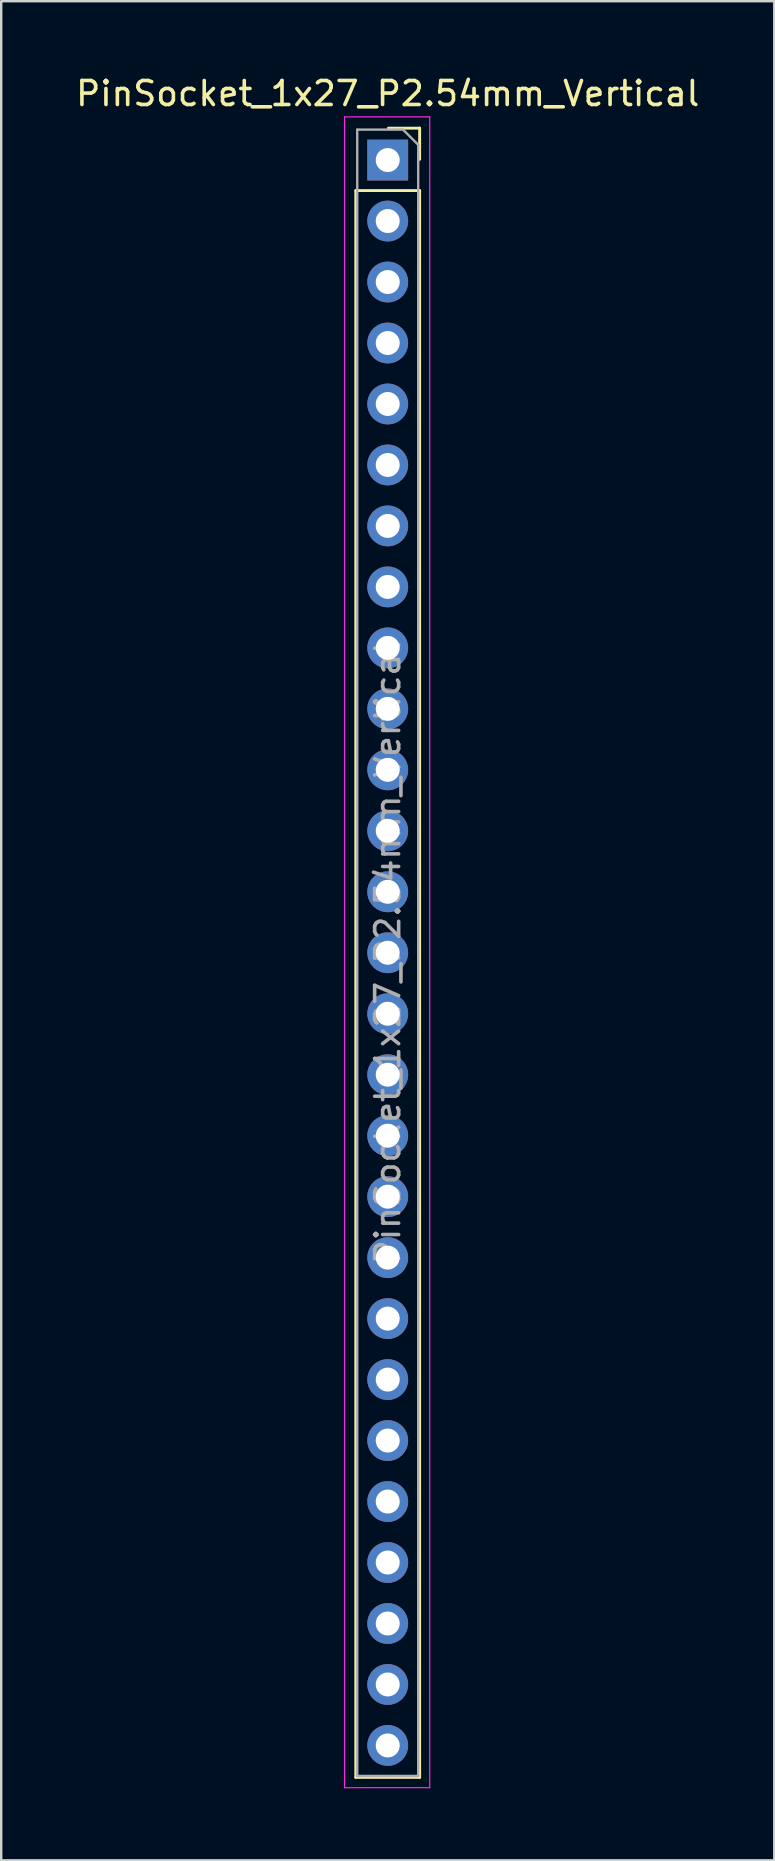
<source format=kicad_pcb>
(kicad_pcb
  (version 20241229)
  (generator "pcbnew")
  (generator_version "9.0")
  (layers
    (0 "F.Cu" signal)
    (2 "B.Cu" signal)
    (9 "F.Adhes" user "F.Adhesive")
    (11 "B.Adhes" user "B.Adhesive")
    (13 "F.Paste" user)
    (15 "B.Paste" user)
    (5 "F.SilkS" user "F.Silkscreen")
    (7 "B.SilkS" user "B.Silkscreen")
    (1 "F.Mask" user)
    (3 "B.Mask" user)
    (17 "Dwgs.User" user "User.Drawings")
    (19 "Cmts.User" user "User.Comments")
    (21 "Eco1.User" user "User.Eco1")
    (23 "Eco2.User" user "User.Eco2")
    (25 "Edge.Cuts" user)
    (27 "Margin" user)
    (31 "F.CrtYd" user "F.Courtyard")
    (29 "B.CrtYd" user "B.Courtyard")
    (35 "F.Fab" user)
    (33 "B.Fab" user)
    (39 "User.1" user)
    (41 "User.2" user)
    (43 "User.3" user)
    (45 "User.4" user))
  (footprint "PinSocket_1x27_P2.54mm_Vertical"
    (layer "F.Cu")
    (at 13.101 3.618)
    (property "Reference" "PinSocket_1x27_P2.54mm_Vertical" (at 0 -2.77 0) (layer "F.SilkS") (effects (font (size 1 1) (thickness 0.15))))
    (attr through_hole)
    (fp_line (start -1.33 1.27) (end -1.33 67.37) (stroke (width 0.12) (type solid)) (layer "F.SilkS"))
    (fp_line (start -1.33 67.37) (end 1.33 67.37) (stroke (width 0.12) (type solid)) (layer "F.SilkS"))
    (fp_line (start 1.33 -1.33) (end 0.03 -1.33) (stroke (width 0.12) (type solid)) (layer "F.SilkS"))
    (fp_line (start 1.33 -0.03) (end 1.33 -1.33) (stroke (width 0.12) (type solid)) (layer "F.SilkS"))
    (fp_line (start 1.33 1.27) (end -1.33 1.27) (stroke (width 0.12) (type solid)) (layer "F.SilkS"))
    (fp_line (start 1.33 67.37) (end 1.33 1.27) (stroke (width 0.12) (type solid)) (layer "F.SilkS"))
    (fp_line (start -1.8 -1.8) (end 1.75 -1.8) (stroke (width 0.05) (type solid)) (layer "F.CrtYd"))
    (fp_line (start -1.8 67.8) (end -1.8 -1.8) (stroke (width 0.05) (type solid)) (layer "F.CrtYd"))
    (fp_line (start 1.75 -1.8) (end 1.75 67.8) (stroke (width 0.05) (type solid)) (layer "F.CrtYd"))
    (fp_line (start 1.75 67.8) (end -1.8 67.8) (stroke (width 0.05) (type solid)) (layer "F.CrtYd"))
    (fp_line (start -1.27 -1.27) (end 0.635 -1.27) (stroke (width 0.1) (type solid)) (layer "F.Fab"))
    (fp_line (start -1.27 67.31) (end -1.27 -1.27) (stroke (width 0.1) (type solid)) (layer "F.Fab"))
    (fp_line (start 0.635 -1.27) (end 1.27 -0.635) (stroke (width 0.1) (type solid)) (layer "F.Fab"))
    (fp_line (start 1.27 -0.635) (end 1.27 67.31) (stroke (width 0.1) (type solid)) (layer "F.Fab"))
    (fp_line (start 1.27 67.31) (end -1.27 67.31) (stroke (width 0.1) (type solid)) (layer "F.Fab"))
    (fp_text user "${REFERENCE}" (at 0 33.02 90) (layer "F.Fab") (effects (font (size 1 1) (thickness 0.15))))
    (pad "1" thru_hole rect (at 0 0) (size 1.7 1.7) (drill 1) (layers "*.Cu" "*.Mask"))
    (pad "2" thru_hole oval (at 0 2.54) (size 1.7 1.7) (drill 1) (layers "*.Cu" "*.Mask"))
    (pad "3" thru_hole oval (at 0 5.08) (size 1.7 1.7) (drill 1) (layers "*.Cu" "*.Mask"))
    (pad "4" thru_hole oval (at 0 7.62) (size 1.7 1.7) (drill 1) (layers "*.Cu" "*.Mask"))
    (pad "5" thru_hole oval (at 0 10.16) (size 1.7 1.7) (drill 1) (layers "*.Cu" "*.Mask"))
    (pad "6" thru_hole oval (at 0 12.7) (size 1.7 1.7) (drill 1) (layers "*.Cu" "*.Mask"))
    (pad "7" thru_hole oval (at 0 15.24) (size 1.7 1.7) (drill 1) (layers "*.Cu" "*.Mask"))
    (pad "8" thru_hole oval (at 0 17.78) (size 1.7 1.7) (drill 1) (layers "*.Cu" "*.Mask"))
    (pad "9" thru_hole oval (at 0 20.32) (size 1.7 1.7) (drill 1) (layers "*.Cu" "*.Mask"))
    (pad "10" thru_hole oval (at 0 22.86) (size 1.7 1.7) (drill 1) (layers "*.Cu" "*.Mask"))
    (pad "11" thru_hole oval (at 0 25.4) (size 1.7 1.7) (drill 1) (layers "*.Cu" "*.Mask"))
    (pad "12" thru_hole oval (at 0 27.94) (size 1.7 1.7) (drill 1) (layers "*.Cu" "*.Mask"))
    (pad "13" thru_hole oval (at 0 30.48) (size 1.7 1.7) (drill 1) (layers "*.Cu" "*.Mask"))
    (pad "14" thru_hole oval (at 0 33.02) (size 1.7 1.7) (drill 1) (layers "*.Cu" "*.Mask"))
    (pad "15" thru_hole oval (at 0 35.56) (size 1.7 1.7) (drill 1) (layers "*.Cu" "*.Mask"))
    (pad "16" thru_hole oval (at 0 38.1) (size 1.7 1.7) (drill 1) (layers "*.Cu" "*.Mask"))
    (pad "17" thru_hole oval (at 0 40.64) (size 1.7 1.7) (drill 1) (layers "*.Cu" "*.Mask"))
    (pad "18" thru_hole oval (at 0 43.18) (size 1.7 1.7) (drill 1) (layers "*.Cu" "*.Mask"))
    (pad "19" thru_hole oval (at 0 45.72) (size 1.7 1.7) (drill 1) (layers "*.Cu" "*.Mask"))
    (pad "20" thru_hole oval (at 0 48.26) (size 1.7 1.7) (drill 1) (layers "*.Cu" "*.Mask"))
    (pad "21" thru_hole oval (at 0 50.8) (size 1.7 1.7) (drill 1) (layers "*.Cu" "*.Mask"))
    (pad "22" thru_hole oval (at 0 53.34) (size 1.7 1.7) (drill 1) (layers "*.Cu" "*.Mask"))
    (pad "23" thru_hole oval (at 0 55.88) (size 1.7 1.7) (drill 1) (layers "*.Cu" "*.Mask"))
    (pad "24" thru_hole oval (at 0 58.42) (size 1.7 1.7) (drill 1) (layers "*.Cu" "*.Mask"))
    (pad "25" thru_hole oval (at 0 60.96) (size 1.7 1.7) (drill 1) (layers "*.Cu" "*.Mask"))
    (pad "26" thru_hole oval (at 0 63.5) (size 1.7 1.7) (drill 1) (layers "*.Cu" "*.Mask"))
    (pad "27" thru_hole oval (at 0 66.04) (size 1.7 1.7) (drill 1) (layers "*.Cu" "*.Mask")))
  (gr_rect
    (start -3 -3)
    (end 29.202 74.443)
    (stroke (width 0.1) (type default))
    (fill no)
    (layer "Edge.Cuts")))
</source>
